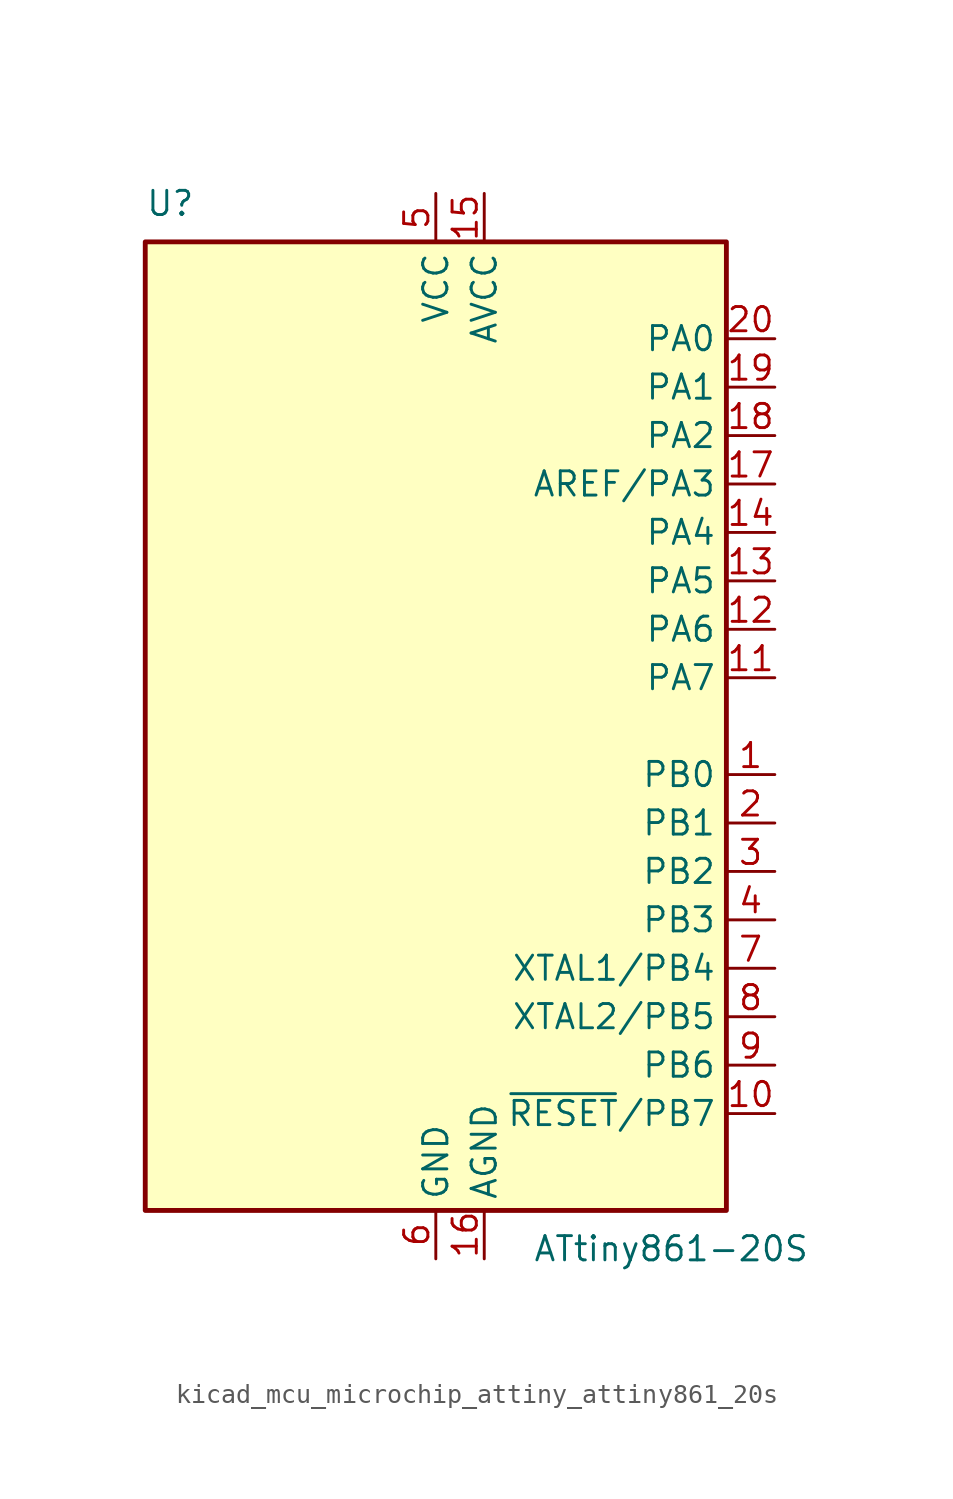
<source format=kicad_sym>
(kicad_symbol_lib
  (version 20220914)
  (generator kicad_symbol_editor)
  (symbol "kicad_mcu_microchip_attiny_attiny861_20s"
    (property "Reference" "U"
      (at -15.24 26.67 0)
      (effects (font (size 1.27 1.27)) (justify left bottom)))
    (property "Value" "ATtiny861-20S"
      (at 5.08 -26.67 0)
      (effects (font (size 1.27 1.27)) (justify left top)))
    (symbol "kicad_mcu_microchip_attiny_attiny861_20s_0_1"
      (rectangle (start -15.24 -25.4) (end 15.24 25.4) (stroke (width 0.254) (type default)) (fill (type background))))
    (symbol "kicad_mcu_microchip_attiny_attiny861_20s_1_1"
      (pin bidirectional line (at 17.78 -2.54 180) (length 2.54) (name "PB0" (effects (font (size 1.27 1.27)))) (number "1" (effects (font (size 1.27 1.27)))))
      (pin bidirectional line (at 17.78 -20.32 180) (length 2.54) (name "~{RESET}/PB7" (effects (font (size 1.27 1.27)))) (number "10" (effects (font (size 1.27 1.27)))))
      (pin bidirectional line (at 17.78 2.54 180) (length 2.54) (name "PA7" (effects (font (size 1.27 1.27)))) (number "11" (effects (font (size 1.27 1.27)))))
      (pin bidirectional line (at 17.78 5.08 180) (length 2.54) (name "PA6" (effects (font (size 1.27 1.27)))) (number "12" (effects (font (size 1.27 1.27)))))
      (pin bidirectional line (at 17.78 7.62 180) (length 2.54) (name "PA5" (effects (font (size 1.27 1.27)))) (number "13" (effects (font (size 1.27 1.27)))))
      (pin bidirectional line (at 17.78 10.16 180) (length 2.54) (name "PA4" (effects (font (size 1.27 1.27)))) (number "14" (effects (font (size 1.27 1.27)))))
      (pin power_in line (at 2.54 27.94 270) (length 2.54) (name "AVCC" (effects (font (size 1.27 1.27)))) (number "15" (effects (font (size 1.27 1.27)))))
      (pin power_in line (at 2.54 -27.94 90) (length 2.54) (name "AGND" (effects (font (size 1.27 1.27)))) (number "16" (effects (font (size 1.27 1.27)))))
      (pin bidirectional line (at 17.78 12.7 180) (length 2.54) (name "AREF/PA3" (effects (font (size 1.27 1.27)))) (number "17" (effects (font (size 1.27 1.27)))))
      (pin bidirectional line (at 17.78 15.24 180) (length 2.54) (name "PA2" (effects (font (size 1.27 1.27)))) (number "18" (effects (font (size 1.27 1.27)))))
      (pin bidirectional line (at 17.78 17.78 180) (length 2.54) (name "PA1" (effects (font (size 1.27 1.27)))) (number "19" (effects (font (size 1.27 1.27)))))
      (pin bidirectional line (at 17.78 -5.08 180) (length 2.54) (name "PB1" (effects (font (size 1.27 1.27)))) (number "2" (effects (font (size 1.27 1.27)))))
      (pin bidirectional line (at 17.78 20.32 180) (length 2.54) (name "PA0" (effects (font (size 1.27 1.27)))) (number "20" (effects (font (size 1.27 1.27)))))
      (pin bidirectional line (at 17.78 -7.62 180) (length 2.54) (name "PB2" (effects (font (size 1.27 1.27)))) (number "3" (effects (font (size 1.27 1.27)))))
      (pin bidirectional line (at 17.78 -10.16 180) (length 2.54) (name "PB3" (effects (font (size 1.27 1.27)))) (number "4" (effects (font (size 1.27 1.27)))))
      (pin power_in line (at 0 27.94 270) (length 2.54) (name "VCC" (effects (font (size 1.27 1.27)))) (number "5" (effects (font (size 1.27 1.27)))))
      (pin power_in line (at 0 -27.94 90) (length 2.54) (name "GND" (effects (font (size 1.27 1.27)))) (number "6" (effects (font (size 1.27 1.27)))))
      (pin bidirectional line (at 17.78 -12.7 180) (length 2.54) (name "XTAL1/PB4" (effects (font (size 1.27 1.27)))) (number "7" (effects (font (size 1.27 1.27)))))
      (pin bidirectional line (at 17.78 -15.24 180) (length 2.54) (name "XTAL2/PB5" (effects (font (size 1.27 1.27)))) (number "8" (effects (font (size 1.27 1.27)))))
      (pin bidirectional line (at 17.78 -17.78 180) (length 2.54) (name "PB6" (effects (font (size 1.27 1.27)))) (number "9" (effects (font (size 1.27 1.27))))))))
</source>
